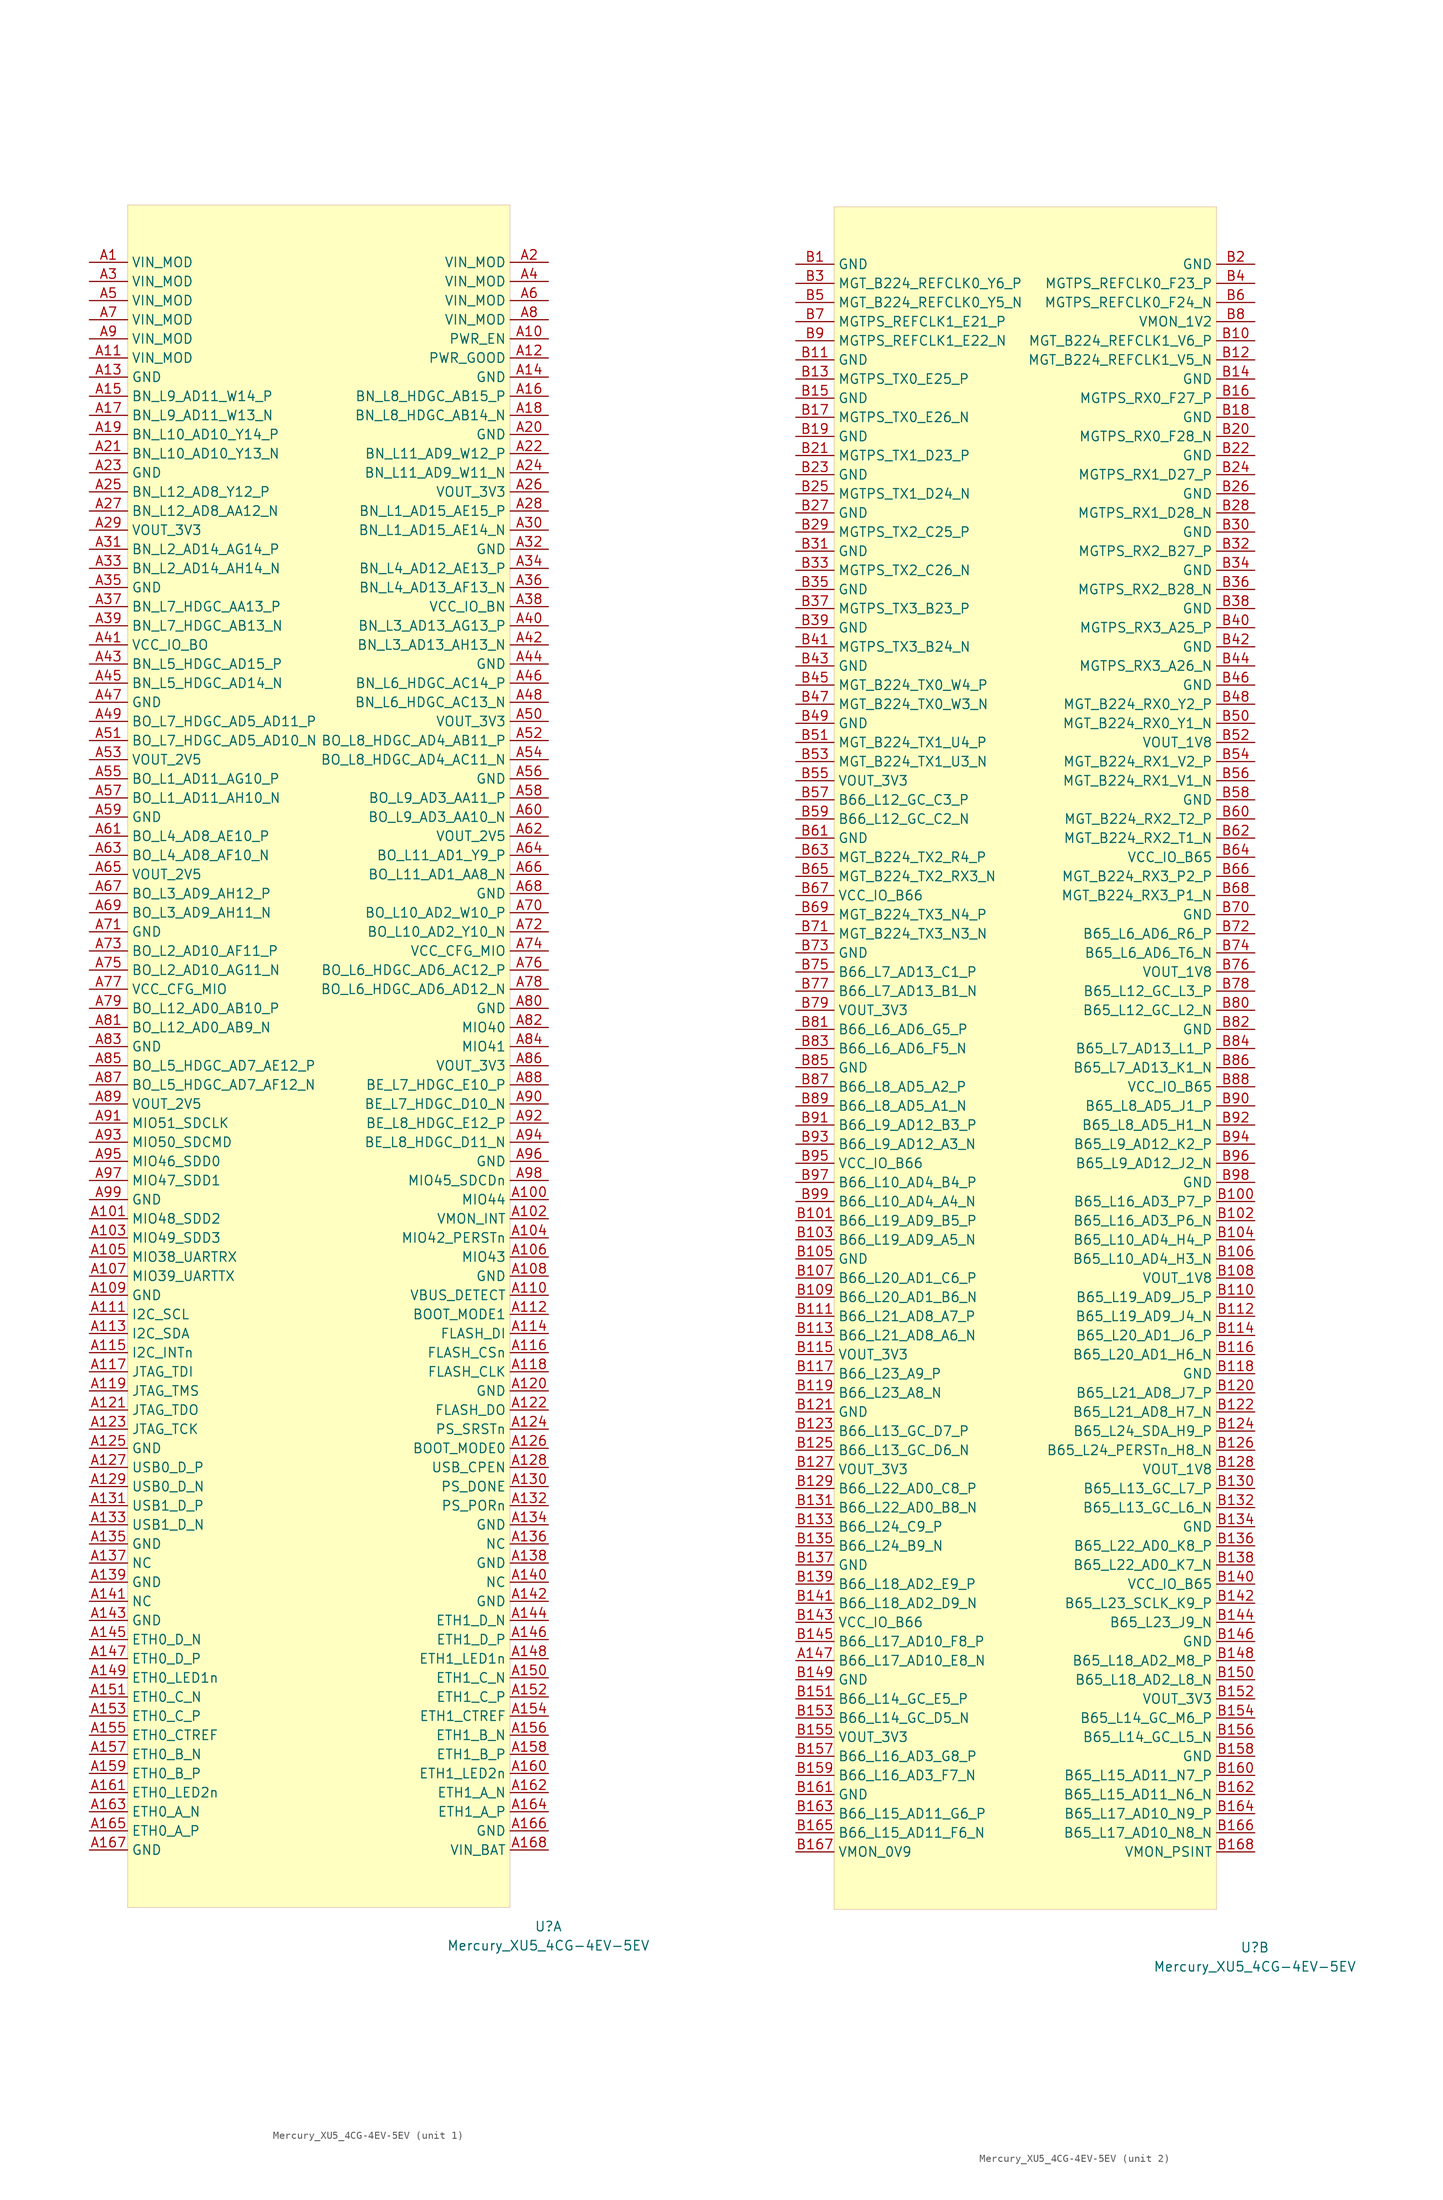
<source format=kicad_sym>
(kicad_symbol_lib
  (version 20201005)
  (generator kicad_symbol_editor)
  (symbol "enclustra:Mercury_XU5_4CG-4EV-5EV"
    (property "Reference" "U"
      (at 30.48 -124.46 0)
      (effects (font (size 1.27 1.27))))
    (property "Value" "Mercury_XU5_4CG-4EV-5EV"
      (at 30.48 -127 0)
      (effects (font (size 1.27 1.27))))
    (property "ki_locked" ""
      (at 0 0 0)
      (effects (font (size 1.27 1.27))))
    (symbol "Mercury_XU5_4CG-4EV-5EV_1_1"
      (rectangle (start -25.4 104.14) (end 25.4 -121.92) (stroke (width 0.001)) (fill (type background)))
      (pin input line (at -30.48 96.52 0) (length 5.08) (name "VIN_MOD" (effects (font (size 1.27 1.27)))) (number "A1" (effects (font (size 1.27 1.27)))))
      (pin input line (at -30.48 93.98 0) (length 5.08) (name "VIN_MOD" (effects (font (size 1.27 1.27)))) (number "A3" (effects (font (size 1.27 1.27)))))
      (pin input line (at -30.48 91.44 0) (length 5.08) (name "VIN_MOD" (effects (font (size 1.27 1.27)))) (number "A5" (effects (font (size 1.27 1.27)))))
      (pin input line (at -30.48 88.9 0) (length 5.08) (name "VIN_MOD" (effects (font (size 1.27 1.27)))) (number "A7" (effects (font (size 1.27 1.27)))))
      (pin input line (at -30.48 86.36 0) (length 5.08) (name "VIN_MOD" (effects (font (size 1.27 1.27)))) (number "A9" (effects (font (size 1.27 1.27)))))
      (pin input line (at -30.48 83.82 0) (length 5.08) (name "VIN_MOD" (effects (font (size 1.27 1.27)))) (number "A11" (effects (font (size 1.27 1.27)))))
      (pin input line (at -30.48 81.28 0) (length 5.08) (name "GND" (effects (font (size 1.27 1.27)))) (number "A13" (effects (font (size 1.27 1.27)))))
      (pin input line (at -30.48 78.74 0) (length 5.08) (name "BN_L9_AD11_W14_P" (effects (font (size 1.27 1.27)))) (number "A15" (effects (font (size 1.27 1.27)))))
      (pin input line (at -30.48 76.2 0) (length 5.08) (name "BN_L9_AD11_W13_N" (effects (font (size 1.27 1.27)))) (number "A17" (effects (font (size 1.27 1.27)))))
      (pin input line (at -30.48 73.66 0) (length 5.08) (name "BN_L10_AD10_Y14_P" (effects (font (size 1.27 1.27)))) (number "A19" (effects (font (size 1.27 1.27)))))
      (pin input line (at -30.48 71.12 0) (length 5.08) (name "BN_L10_AD10_Y13_N" (effects (font (size 1.27 1.27)))) (number "A21" (effects (font (size 1.27 1.27)))))
      (pin input line (at -30.48 68.58 0) (length 5.08) (name "GND" (effects (font (size 1.27 1.27)))) (number "A23" (effects (font (size 1.27 1.27)))))
      (pin input line (at -30.48 66.04 0) (length 5.08) (name "BN_L12_AD8_Y12_P" (effects (font (size 1.27 1.27)))) (number "A25" (effects (font (size 1.27 1.27)))))
      (pin input line (at -30.48 63.5 0) (length 5.08) (name "BN_L12_AD8_AA12_N" (effects (font (size 1.27 1.27)))) (number "A27" (effects (font (size 1.27 1.27)))))
      (pin input line (at -30.48 60.96 0) (length 5.08) (name "VOUT_3V3" (effects (font (size 1.27 1.27)))) (number "A29" (effects (font (size 1.27 1.27)))))
      (pin input line (at -30.48 58.42 0) (length 5.08) (name "BN_L2_AD14_AG14_P" (effects (font (size 1.27 1.27)))) (number "A31" (effects (font (size 1.27 1.27)))))
      (pin input line (at -30.48 55.88 0) (length 5.08) (name "BN_L2_AD14_AH14_N" (effects (font (size 1.27 1.27)))) (number "A33" (effects (font (size 1.27 1.27)))))
      (pin input line (at -30.48 53.34 0) (length 5.08) (name "GND" (effects (font (size 1.27 1.27)))) (number "A35" (effects (font (size 1.27 1.27)))))
      (pin input line (at -30.48 50.8 0) (length 5.08) (name "BN_L7_HDGC_AA13_P" (effects (font (size 1.27 1.27)))) (number "A37" (effects (font (size 1.27 1.27)))))
      (pin input line (at -30.48 48.26 0) (length 5.08) (name "BN_L7_HDGC_AB13_N" (effects (font (size 1.27 1.27)))) (number "A39" (effects (font (size 1.27 1.27)))))
      (pin input line (at -30.48 45.72 0) (length 5.08) (name "VCC_IO_BO" (effects (font (size 1.27 1.27)))) (number "A41" (effects (font (size 1.27 1.27)))))
      (pin input line (at -30.48 43.18 0) (length 5.08) (name "BN_L5_HDGC_AD15_P" (effects (font (size 1.27 1.27)))) (number "A43" (effects (font (size 1.27 1.27)))))
      (pin input line (at -30.48 40.64 0) (length 5.08) (name "BN_L5_HDGC_AD14_N" (effects (font (size 1.27 1.27)))) (number "A45" (effects (font (size 1.27 1.27)))))
      (pin input line (at -30.48 38.1 0) (length 5.08) (name "GND" (effects (font (size 1.27 1.27)))) (number "A47" (effects (font (size 1.27 1.27)))))
      (pin input line (at -30.48 35.56 0) (length 5.08) (name "BO_L7_HDGC_AD5_AD11_P" (effects (font (size 1.27 1.27)))) (number "A49" (effects (font (size 1.27 1.27)))))
      (pin input line (at -30.48 33.02 0) (length 5.08) (name "BO_L7_HDGC_AD5_AD10_N" (effects (font (size 1.27 1.27)))) (number "A51" (effects (font (size 1.27 1.27)))))
      (pin input line (at -30.48 30.48 0) (length 5.08) (name "VOUT_2V5" (effects (font (size 1.27 1.27)))) (number "A53" (effects (font (size 1.27 1.27)))))
      (pin input line (at -30.48 27.94 0) (length 5.08) (name "BO_L1_AD11_AG10_P" (effects (font (size 1.27 1.27)))) (number "A55" (effects (font (size 1.27 1.27)))))
      (pin input line (at -30.48 25.4 0) (length 5.08) (name "BO_L1_AD11_AH10_N" (effects (font (size 1.27 1.27)))) (number "A57" (effects (font (size 1.27 1.27)))))
      (pin input line (at -30.48 22.86 0) (length 5.08) (name "GND" (effects (font (size 1.27 1.27)))) (number "A59" (effects (font (size 1.27 1.27)))))
      (pin input line (at -30.48 20.32 0) (length 5.08) (name "BO_L4_AD8_AE10_P" (effects (font (size 1.27 1.27)))) (number "A61" (effects (font (size 1.27 1.27)))))
      (pin input line (at -30.48 17.78 0) (length 5.08) (name "BO_L4_AD8_AF10_N" (effects (font (size 1.27 1.27)))) (number "A63" (effects (font (size 1.27 1.27)))))
      (pin input line (at -30.48 15.24 0) (length 5.08) (name "VOUT_2V5" (effects (font (size 1.27 1.27)))) (number "A65" (effects (font (size 1.27 1.27)))))
      (pin input line (at -30.48 12.7 0) (length 5.08) (name "BO_L3_AD9_AH12_P" (effects (font (size 1.27 1.27)))) (number "A67" (effects (font (size 1.27 1.27)))))
      (pin input line (at -30.48 10.16 0) (length 5.08) (name "BO_L3_AD9_AH11_N" (effects (font (size 1.27 1.27)))) (number "A69" (effects (font (size 1.27 1.27)))))
      (pin input line (at -30.48 7.62 0) (length 5.08) (name "GND" (effects (font (size 1.27 1.27)))) (number "A71" (effects (font (size 1.27 1.27)))))
      (pin input line (at -30.48 5.08 0) (length 5.08) (name "BO_L2_AD10_AF11_P" (effects (font (size 1.27 1.27)))) (number "A73" (effects (font (size 1.27 1.27)))))
      (pin input line (at -30.48 2.54 0) (length 5.08) (name "BO_L2_AD10_AG11_N" (effects (font (size 1.27 1.27)))) (number "A75" (effects (font (size 1.27 1.27)))))
      (pin input line (at -30.48 0 0) (length 5.08) (name "VCC_CFG_MIO" (effects (font (size 1.27 1.27)))) (number "A77" (effects (font (size 1.27 1.27)))))
      (pin input line (at -30.48 -2.54 0) (length 5.08) (name "BO_L12_AD0_AB10_P" (effects (font (size 1.27 1.27)))) (number "A79" (effects (font (size 1.27 1.27)))))
      (pin input line (at -30.48 -5.08 0) (length 5.08) (name "BO_L12_AD0_AB9_N" (effects (font (size 1.27 1.27)))) (number "A81" (effects (font (size 1.27 1.27)))))
      (pin input line (at -30.48 -7.62 0) (length 5.08) (name "GND" (effects (font (size 1.27 1.27)))) (number "A83" (effects (font (size 1.27 1.27)))))
      (pin input line (at -30.48 -10.16 0) (length 5.08) (name "BO_L5_HDGC_AD7_AE12_P" (effects (font (size 1.27 1.27)))) (number "A85" (effects (font (size 1.27 1.27)))))
      (pin input line (at -30.48 -12.7 0) (length 5.08) (name "BO_L5_HDGC_AD7_AF12_N" (effects (font (size 1.27 1.27)))) (number "A87" (effects (font (size 1.27 1.27)))))
      (pin input line (at -30.48 -15.24 0) (length 5.08) (name "VOUT_2V5" (effects (font (size 1.27 1.27)))) (number "A89" (effects (font (size 1.27 1.27)))))
      (pin input line (at -30.48 -17.78 0) (length 5.08) (name "MIO51_SDCLK" (effects (font (size 1.27 1.27)))) (number "A91" (effects (font (size 1.27 1.27)))))
      (pin input line (at -30.48 -20.32 0) (length 5.08) (name "MIO50_SDCMD" (effects (font (size 1.27 1.27)))) (number "A93" (effects (font (size 1.27 1.27)))))
      (pin input line (at -30.48 -22.86 0) (length 5.08) (name "MIO46_SDD0" (effects (font (size 1.27 1.27)))) (number "A95" (effects (font (size 1.27 1.27)))))
      (pin input line (at -30.48 -25.4 0) (length 5.08) (name "MIO47_SDD1" (effects (font (size 1.27 1.27)))) (number "A97" (effects (font (size 1.27 1.27)))))
      (pin input line (at -30.48 -27.94 0) (length 5.08) (name "GND" (effects (font (size 1.27 1.27)))) (number "A99" (effects (font (size 1.27 1.27)))))
      (pin input line (at -30.48 -30.48 0) (length 5.08) (name "MIO48_SDD2" (effects (font (size 1.27 1.27)))) (number "A101" (effects (font (size 1.27 1.27)))))
      (pin input line (at -30.48 -33.02 0) (length 5.08) (name "MIO49_SDD3" (effects (font (size 1.27 1.27)))) (number "A103" (effects (font (size 1.27 1.27)))))
      (pin input line (at -30.48 -35.56 0) (length 5.08) (name "MIO38_UARTRX" (effects (font (size 1.27 1.27)))) (number "A105" (effects (font (size 1.27 1.27)))))
      (pin input line (at -30.48 -38.1 0) (length 5.08) (name "MIO39_UARTTX" (effects (font (size 1.27 1.27)))) (number "A107" (effects (font (size 1.27 1.27)))))
      (pin input line (at -30.48 -40.64 0) (length 5.08) (name "GND" (effects (font (size 1.27 1.27)))) (number "A109" (effects (font (size 1.27 1.27)))))
      (pin input line (at -30.48 -43.18 0) (length 5.08) (name "I2C_SCL" (effects (font (size 1.27 1.27)))) (number "A111" (effects (font (size 1.27 1.27)))))
      (pin input line (at -30.48 -45.72 0) (length 5.08) (name "I2C_SDA" (effects (font (size 1.27 1.27)))) (number "A113" (effects (font (size 1.27 1.27)))))
      (pin input line (at -30.48 -48.26 0) (length 5.08) (name "I2C_INTn" (effects (font (size 1.27 1.27)))) (number "A115" (effects (font (size 1.27 1.27)))))
      (pin input line (at -30.48 -50.8 0) (length 5.08) (name "JTAG_TDI" (effects (font (size 1.27 1.27)))) (number "A117" (effects (font (size 1.27 1.27)))))
      (pin input line (at -30.48 -53.34 0) (length 5.08) (name "JTAG_TMS" (effects (font (size 1.27 1.27)))) (number "A119" (effects (font (size 1.27 1.27)))))
      (pin input line (at -30.48 -55.88 0) (length 5.08) (name "JTAG_TDO" (effects (font (size 1.27 1.27)))) (number "A121" (effects (font (size 1.27 1.27)))))
      (pin input line (at -30.48 -58.42 0) (length 5.08) (name "JTAG_TCK" (effects (font (size 1.27 1.27)))) (number "A123" (effects (font (size 1.27 1.27)))))
      (pin input line (at -30.48 -60.96 0) (length 5.08) (name "GND" (effects (font (size 1.27 1.27)))) (number "A125" (effects (font (size 1.27 1.27)))))
      (pin input line (at -30.48 -63.5 0) (length 5.08) (name "USB0_D_P" (effects (font (size 1.27 1.27)))) (number "A127" (effects (font (size 1.27 1.27)))))
      (pin input line (at -30.48 -66.04 0) (length 5.08) (name "USB0_D_N" (effects (font (size 1.27 1.27)))) (number "A129" (effects (font (size 1.27 1.27)))))
      (pin input line (at -30.48 -68.58 0) (length 5.08) (name "USB1_D_P" (effects (font (size 1.27 1.27)))) (number "A131" (effects (font (size 1.27 1.27)))))
      (pin input line (at -30.48 -71.12 0) (length 5.08) (name "USB1_D_N" (effects (font (size 1.27 1.27)))) (number "A133" (effects (font (size 1.27 1.27)))))
      (pin input line (at -30.48 -73.66 0) (length 5.08) (name "GND" (effects (font (size 1.27 1.27)))) (number "A135" (effects (font (size 1.27 1.27)))))
      (pin input line (at -30.48 -76.2 0) (length 5.08) (name "NC" (effects (font (size 1.27 1.27)))) (number "A137" (effects (font (size 1.27 1.27)))))
      (pin input line (at -30.48 -78.74 0) (length 5.08) (name "GND" (effects (font (size 1.27 1.27)))) (number "A139" (effects (font (size 1.27 1.27)))))
      (pin input line (at -30.48 -81.28 0) (length 5.08) (name "NC" (effects (font (size 1.27 1.27)))) (number "A141" (effects (font (size 1.27 1.27)))))
      (pin input line (at -30.48 -83.82 0) (length 5.08) (name "GND" (effects (font (size 1.27 1.27)))) (number "A143" (effects (font (size 1.27 1.27)))))
      (pin input line (at -30.48 -86.36 0) (length 5.08) (name "ETH0_D_N" (effects (font (size 1.27 1.27)))) (number "A145" (effects (font (size 1.27 1.27)))))
      (pin input line (at -30.48 -88.9 0) (length 5.08) (name "ETH0_D_P" (effects (font (size 1.27 1.27)))) (number "A147" (effects (font (size 1.27 1.27)))))
      (pin input line (at -30.48 -91.44 0) (length 5.08) (name "ETH0_LED1n" (effects (font (size 1.27 1.27)))) (number "A149" (effects (font (size 1.27 1.27)))))
      (pin input line (at -30.48 -93.98 0) (length 5.08) (name "ETH0_C_N" (effects (font (size 1.27 1.27)))) (number "A151" (effects (font (size 1.27 1.27)))))
      (pin input line (at -30.48 -96.52 0) (length 5.08) (name "ETH0_C_P" (effects (font (size 1.27 1.27)))) (number "A153" (effects (font (size 1.27 1.27)))))
      (pin input line (at -30.48 -99.06 0) (length 5.08) (name "ETH0_CTREF" (effects (font (size 1.27 1.27)))) (number "A155" (effects (font (size 1.27 1.27)))))
      (pin input line (at -30.48 -101.6 0) (length 5.08) (name "ETH0_B_N" (effects (font (size 1.27 1.27)))) (number "A157" (effects (font (size 1.27 1.27)))))
      (pin input line (at -30.48 -104.14 0) (length 5.08) (name "ETH0_B_P" (effects (font (size 1.27 1.27)))) (number "A159" (effects (font (size 1.27 1.27)))))
      (pin input line (at -30.48 -106.68 0) (length 5.08) (name "ETH0_LED2n" (effects (font (size 1.27 1.27)))) (number "A161" (effects (font (size 1.27 1.27)))))
      (pin input line (at -30.48 -109.22 0) (length 5.08) (name "ETH0_A_N" (effects (font (size 1.27 1.27)))) (number "A163" (effects (font (size 1.27 1.27)))))
      (pin input line (at -30.48 -111.76 0) (length 5.08) (name "ETH0_A_P" (effects (font (size 1.27 1.27)))) (number "A165" (effects (font (size 1.27 1.27)))))
      (pin input line (at -30.48 -114.3 0) (length 5.08) (name "GND" (effects (font (size 1.27 1.27)))) (number "A167" (effects (font (size 1.27 1.27)))))
      (pin input line (at 30.48 96.52 180) (length 5.08) (name "VIN_MOD" (effects (font (size 1.27 1.27)))) (number "A2" (effects (font (size 1.27 1.27)))))
      (pin input line (at 30.48 93.98 180) (length 5.08) (name "VIN_MOD" (effects (font (size 1.27 1.27)))) (number "A4" (effects (font (size 1.27 1.27)))))
      (pin input line (at 30.48 91.44 180) (length 5.08) (name "VIN_MOD" (effects (font (size 1.27 1.27)))) (number "A6" (effects (font (size 1.27 1.27)))))
      (pin input line (at 30.48 88.9 180) (length 5.08) (name "VIN_MOD" (effects (font (size 1.27 1.27)))) (number "A8" (effects (font (size 1.27 1.27)))))
      (pin input line (at 30.48 86.36 180) (length 5.08) (name "PWR_EN" (effects (font (size 1.27 1.27)))) (number "A10" (effects (font (size 1.27 1.27)))))
      (pin input line (at 30.48 83.82 180) (length 5.08) (name "PWR_GOOD" (effects (font (size 1.27 1.27)))) (number "A12" (effects (font (size 1.27 1.27)))))
      (pin input line (at 30.48 81.28 180) (length 5.08) (name "GND" (effects (font (size 1.27 1.27)))) (number "A14" (effects (font (size 1.27 1.27)))))
      (pin input line (at 30.48 78.74 180) (length 5.08) (name "BN_L8_HDGC_AB15_P" (effects (font (size 1.27 1.27)))) (number "A16" (effects (font (size 1.27 1.27)))))
      (pin input line (at 30.48 76.2 180) (length 5.08) (name "BN_L8_HDGC_AB14_N" (effects (font (size 1.27 1.27)))) (number "A18" (effects (font (size 1.27 1.27)))))
      (pin input line (at 30.48 73.66 180) (length 5.08) (name "GND" (effects (font (size 1.27 1.27)))) (number "A20" (effects (font (size 1.27 1.27)))))
      (pin input line (at 30.48 71.12 180) (length 5.08) (name "BN_L11_AD9_W12_P" (effects (font (size 1.27 1.27)))) (number "A22" (effects (font (size 1.27 1.27)))))
      (pin input line (at 30.48 68.58 180) (length 5.08) (name "BN_L11_AD9_W11_N" (effects (font (size 1.27 1.27)))) (number "A24" (effects (font (size 1.27 1.27)))))
      (pin input line (at 30.48 66.04 180) (length 5.08) (name "VOUT_3V3" (effects (font (size 1.27 1.27)))) (number "A26" (effects (font (size 1.27 1.27)))))
      (pin input line (at 30.48 63.5 180) (length 5.08) (name "BN_L1_AD15_AE15_P" (effects (font (size 1.27 1.27)))) (number "A28" (effects (font (size 1.27 1.27)))))
      (pin input line (at 30.48 60.96 180) (length 5.08) (name "BN_L1_AD15_AE14_N" (effects (font (size 1.27 1.27)))) (number "A30" (effects (font (size 1.27 1.27)))))
      (pin input line (at 30.48 58.42 180) (length 5.08) (name "GND" (effects (font (size 1.27 1.27)))) (number "A32" (effects (font (size 1.27 1.27)))))
      (pin input line (at 30.48 55.88 180) (length 5.08) (name "BN_L4_AD12_AE13_P" (effects (font (size 1.27 1.27)))) (number "A34" (effects (font (size 1.27 1.27)))))
      (pin input line (at 30.48 53.34 180) (length 5.08) (name "BN_L4_AD13_AF13_N" (effects (font (size 1.27 1.27)))) (number "A36" (effects (font (size 1.27 1.27)))))
      (pin input line (at 30.48 50.8 180) (length 5.08) (name "VCC_IO_BN" (effects (font (size 1.27 1.27)))) (number "A38" (effects (font (size 1.27 1.27)))))
      (pin input line (at 30.48 48.26 180) (length 5.08) (name "BN_L3_AD13_AG13_P" (effects (font (size 1.27 1.27)))) (number "A40" (effects (font (size 1.27 1.27)))))
      (pin input line (at 30.48 45.72 180) (length 5.08) (name "BN_L3_AD13_AH13_N" (effects (font (size 1.27 1.27)))) (number "A42" (effects (font (size 1.27 1.27)))))
      (pin input line (at 30.48 43.18 180) (length 5.08) (name "GND" (effects (font (size 1.27 1.27)))) (number "A44" (effects (font (size 1.27 1.27)))))
      (pin input line (at 30.48 40.64 180) (length 5.08) (name "BN_L6_HDGC_AC14_P" (effects (font (size 1.27 1.27)))) (number "A46" (effects (font (size 1.27 1.27)))))
      (pin input line (at 30.48 38.1 180) (length 5.08) (name "BN_L6_HDGC_AC13_N" (effects (font (size 1.27 1.27)))) (number "A48" (effects (font (size 1.27 1.27)))))
      (pin input line (at 30.48 35.56 180) (length 5.08) (name "VOUT_3V3" (effects (font (size 1.27 1.27)))) (number "A50" (effects (font (size 1.27 1.27)))))
      (pin input line (at 30.48 33.02 180) (length 5.08) (name "BO_L8_HDGC_AD4_AB11_P" (effects (font (size 1.27 1.27)))) (number "A52" (effects (font (size 1.27 1.27)))))
      (pin input line (at 30.48 30.48 180) (length 5.08) (name "BO_L8_HDGC_AD4_AC11_N" (effects (font (size 1.27 1.27)))) (number "A54" (effects (font (size 1.27 1.27)))))
      (pin input line (at 30.48 27.94 180) (length 5.08) (name "GND" (effects (font (size 1.27 1.27)))) (number "A56" (effects (font (size 1.27 1.27)))))
      (pin input line (at 30.48 25.4 180) (length 5.08) (name "BO_L9_AD3_AA11_P" (effects (font (size 1.27 1.27)))) (number "A58" (effects (font (size 1.27 1.27)))))
      (pin input line (at 30.48 22.86 180) (length 5.08) (name "BO_L9_AD3_AA10_N" (effects (font (size 1.27 1.27)))) (number "A60" (effects (font (size 1.27 1.27)))))
      (pin input line (at 30.48 20.32 180) (length 5.08) (name "VOUT_2V5" (effects (font (size 1.27 1.27)))) (number "A62" (effects (font (size 1.27 1.27)))))
      (pin input line (at 30.48 17.78 180) (length 5.08) (name "BO_L11_AD1_Y9_P" (effects (font (size 1.27 1.27)))) (number "A64" (effects (font (size 1.27 1.27)))))
      (pin input line (at 30.48 15.24 180) (length 5.08) (name "BO_L11_AD1_AA8_N" (effects (font (size 1.27 1.27)))) (number "A66" (effects (font (size 1.27 1.27)))))
      (pin input line (at 30.48 12.7 180) (length 5.08) (name "GND" (effects (font (size 1.27 1.27)))) (number "A68" (effects (font (size 1.27 1.27)))))
      (pin input line (at 30.48 10.16 180) (length 5.08) (name "BO_L10_AD2_W10_P" (effects (font (size 1.27 1.27)))) (number "A70" (effects (font (size 1.27 1.27)))))
      (pin input line (at 30.48 7.62 180) (length 5.08) (name "BO_L10_AD2_Y10_N" (effects (font (size 1.27 1.27)))) (number "A72" (effects (font (size 1.27 1.27)))))
      (pin input line (at 30.48 5.08 180) (length 5.08) (name "VCC_CFG_MIO" (effects (font (size 1.27 1.27)))) (number "A74" (effects (font (size 1.27 1.27)))))
      (pin input line (at 30.48 2.54 180) (length 5.08) (name "BO_L6_HDGC_AD6_AC12_P" (effects (font (size 1.27 1.27)))) (number "A76" (effects (font (size 1.27 1.27)))))
      (pin input line (at 30.48 0 180) (length 5.08) (name "BO_L6_HDGC_AD6_AD12_N" (effects (font (size 1.27 1.27)))) (number "A78" (effects (font (size 1.27 1.27)))))
      (pin input line (at 30.48 -2.54 180) (length 5.08) (name "GND" (effects (font (size 1.27 1.27)))) (number "A80" (effects (font (size 1.27 1.27)))))
      (pin input line (at 30.48 -5.08 180) (length 5.08) (name "MIO40" (effects (font (size 1.27 1.27)))) (number "A82" (effects (font (size 1.27 1.27)))))
      (pin input line (at 30.48 -7.62 180) (length 5.08) (name "MIO41" (effects (font (size 1.27 1.27)))) (number "A84" (effects (font (size 1.27 1.27)))))
      (pin input line (at 30.48 -10.16 180) (length 5.08) (name "VOUT_3V3" (effects (font (size 1.27 1.27)))) (number "A86" (effects (font (size 1.27 1.27)))))
      (pin input line (at 30.48 -12.7 180) (length 5.08) (name "BE_L7_HDGC_E10_P" (effects (font (size 1.27 1.27)))) (number "A88" (effects (font (size 1.27 1.27)))))
      (pin input line (at 30.48 -15.24 180) (length 5.08) (name "BE_L7_HDGC_D10_N" (effects (font (size 1.27 1.27)))) (number "A90" (effects (font (size 1.27 1.27)))))
      (pin input line (at 30.48 -17.78 180) (length 5.08) (name "BE_L8_HDGC_E12_P" (effects (font (size 1.27 1.27)))) (number "A92" (effects (font (size 1.27 1.27)))))
      (pin input line (at 30.48 -20.32 180) (length 5.08) (name "BE_L8_HDGC_D11_N" (effects (font (size 1.27 1.27)))) (number "A94" (effects (font (size 1.27 1.27)))))
      (pin input line (at 30.48 -22.86 180) (length 5.08) (name "GND" (effects (font (size 1.27 1.27)))) (number "A96" (effects (font (size 1.27 1.27)))))
      (pin input line (at 30.48 -25.4 180) (length 5.08) (name "MIO45_SDCDn" (effects (font (size 1.27 1.27)))) (number "A98" (effects (font (size 1.27 1.27)))))
      (pin input line (at 30.48 -27.94 180) (length 5.08) (name "MIO44" (effects (font (size 1.27 1.27)))) (number "A100" (effects (font (size 1.27 1.27)))))
      (pin input line (at 30.48 -30.48 180) (length 5.08) (name "VMON_INT" (effects (font (size 1.27 1.27)))) (number "A102" (effects (font (size 1.27 1.27)))))
      (pin input line (at 30.48 -33.02 180) (length 5.08) (name "MIO42_PERSTn" (effects (font (size 1.27 1.27)))) (number "A104" (effects (font (size 1.27 1.27)))))
      (pin input line (at 30.48 -35.56 180) (length 5.08) (name "MIO43" (effects (font (size 1.27 1.27)))) (number "A106" (effects (font (size 1.27 1.27)))))
      (pin input line (at 30.48 -38.1 180) (length 5.08) (name "GND" (effects (font (size 1.27 1.27)))) (number "A108" (effects (font (size 1.27 1.27)))))
      (pin input line (at 30.48 -40.64 180) (length 5.08) (name "VBUS_DETECT" (effects (font (size 1.27 1.27)))) (number "A110" (effects (font (size 1.27 1.27)))))
      (pin input line (at 30.48 -43.18 180) (length 5.08) (name "BOOT_MODE1" (effects (font (size 1.27 1.27)))) (number "A112" (effects (font (size 1.27 1.27)))))
      (pin input line (at 30.48 -45.72 180) (length 5.08) (name "FLASH_DI" (effects (font (size 1.27 1.27)))) (number "A114" (effects (font (size 1.27 1.27)))))
      (pin input line (at 30.48 -48.26 180) (length 5.08) (name "FLASH_CSn" (effects (font (size 1.27 1.27)))) (number "A116" (effects (font (size 1.27 1.27)))))
      (pin input line (at 30.48 -50.8 180) (length 5.08) (name "FLASH_CLK" (effects (font (size 1.27 1.27)))) (number "A118" (effects (font (size 1.27 1.27)))))
      (pin input line (at 30.48 -53.34 180) (length 5.08) (name "GND" (effects (font (size 1.27 1.27)))) (number "A120" (effects (font (size 1.27 1.27)))))
      (pin input line (at 30.48 -55.88 180) (length 5.08) (name "FLASH_DO" (effects (font (size 1.27 1.27)))) (number "A122" (effects (font (size 1.27 1.27)))))
      (pin input line (at 30.48 -58.42 180) (length 5.08) (name "PS_SRSTn" (effects (font (size 1.27 1.27)))) (number "A124" (effects (font (size 1.27 1.27)))))
      (pin input line (at 30.48 -60.96 180) (length 5.08) (name "BOOT_MODE0" (effects (font (size 1.27 1.27)))) (number "A126" (effects (font (size 1.27 1.27)))))
      (pin input line (at 30.48 -63.5 180) (length 5.08) (name "USB_CPEN" (effects (font (size 1.27 1.27)))) (number "A128" (effects (font (size 1.27 1.27)))))
      (pin input line (at 30.48 -66.04 180) (length 5.08) (name "PS_DONE" (effects (font (size 1.27 1.27)))) (number "A130" (effects (font (size 1.27 1.27)))))
      (pin input line (at 30.48 -68.58 180) (length 5.08) (name "PS_PORn" (effects (font (size 1.27 1.27)))) (number "A132" (effects (font (size 1.27 1.27)))))
      (pin input line (at 30.48 -71.12 180) (length 5.08) (name "GND" (effects (font (size 1.27 1.27)))) (number "A134" (effects (font (size 1.27 1.27)))))
      (pin input line (at 30.48 -73.66 180) (length 5.08) (name "NC" (effects (font (size 1.27 1.27)))) (number "A136" (effects (font (size 1.27 1.27)))))
      (pin input line (at 30.48 -76.2 180) (length 5.08) (name "GND" (effects (font (size 1.27 1.27)))) (number "A138" (effects (font (size 1.27 1.27)))))
      (pin input line (at 30.48 -78.74 180) (length 5.08) (name "NC" (effects (font (size 1.27 1.27)))) (number "A140" (effects (font (size 1.27 1.27)))))
      (pin input line (at 30.48 -81.28 180) (length 5.08) (name "GND" (effects (font (size 1.27 1.27)))) (number "A142" (effects (font (size 1.27 1.27)))))
      (pin input line (at 30.48 -83.82 180) (length 5.08) (name "ETH1_D_N" (effects (font (size 1.27 1.27)))) (number "A144" (effects (font (size 1.27 1.27)))))
      (pin input line (at 30.48 -86.36 180) (length 5.08) (name "ETH1_D_P" (effects (font (size 1.27 1.27)))) (number "A146" (effects (font (size 1.27 1.27)))))
      (pin input line (at 30.48 -88.9 180) (length 5.08) (name "ETH1_LED1n" (effects (font (size 1.27 1.27)))) (number "A148" (effects (font (size 1.27 1.27)))))
      (pin input line (at 30.48 -91.44 180) (length 5.08) (name "ETH1_C_N" (effects (font (size 1.27 1.27)))) (number "A150" (effects (font (size 1.27 1.27)))))
      (pin input line (at 30.48 -93.98 180) (length 5.08) (name "ETH1_C_P" (effects (font (size 1.27 1.27)))) (number "A152" (effects (font (size 1.27 1.27)))))
      (pin input line (at 30.48 -96.52 180) (length 5.08) (name "ETH1_CTREF" (effects (font (size 1.27 1.27)))) (number "A154" (effects (font (size 1.27 1.27)))))
      (pin input line (at 30.48 -99.06 180) (length 5.08) (name "ETH1_B_N" (effects (font (size 1.27 1.27)))) (number "A156" (effects (font (size 1.27 1.27)))))
      (pin input line (at 30.48 -101.6 180) (length 5.08) (name "ETH1_B_P" (effects (font (size 1.27 1.27)))) (number "A158" (effects (font (size 1.27 1.27)))))
      (pin input line (at 30.48 -104.14 180) (length 5.08) (name "ETH1_LED2n" (effects (font (size 1.27 1.27)))) (number "A160" (effects (font (size 1.27 1.27)))))
      (pin input line (at 30.48 -106.68 180) (length 5.08) (name "ETH1_A_N" (effects (font (size 1.27 1.27)))) (number "A162" (effects (font (size 1.27 1.27)))))
      (pin input line (at 30.48 -109.22 180) (length 5.08) (name "ETH1_A_P" (effects (font (size 1.27 1.27)))) (number "A164" (effects (font (size 1.27 1.27)))))
      (pin input line (at 30.48 -111.76 180) (length 5.08) (name "GND" (effects (font (size 1.27 1.27)))) (number "A166" (effects (font (size 1.27 1.27)))))
      (pin input line (at 30.48 -114.3 180) (length 5.08) (name "VIN_BAT" (effects (font (size 1.27 1.27)))) (number "A168" (effects (font (size 1.27 1.27))))))
    (symbol "Mercury_XU5_4CG-4EV-5EV_2_1"
      (rectangle (start -25.4 106.68) (end 25.4 -119.38) (stroke (width 0.001)) (fill (type background)))
      (pin input line (at -30.48 99.06 0) (length 5.08) (name "GND" (effects (font (size 1.27 1.27)))) (number "B1" (effects (font (size 1.27 1.27)))))
      (pin input line (at -30.48 96.52 0) (length 5.08) (name "MGT_B224_REFCLK0_Y6_P" (effects (font (size 1.27 1.27)))) (number "B3" (effects (font (size 1.27 1.27)))))
      (pin input line (at -30.48 93.98 0) (length 5.08) (name "MGT_B224_REFCLK0_Y5_N" (effects (font (size 1.27 1.27)))) (number "B5" (effects (font (size 1.27 1.27)))))
      (pin input line (at -30.48 91.44 0) (length 5.08) (name "MGTPS_REFCLK1_E21_P" (effects (font (size 1.27 1.27)))) (number "B7" (effects (font (size 1.27 1.27)))))
      (pin input line (at -30.48 88.9 0) (length 5.08) (name "MGTPS_REFCLK1_E22_N" (effects (font (size 1.27 1.27)))) (number "B9" (effects (font (size 1.27 1.27)))))
      (pin input line (at -30.48 86.36 0) (length 5.08) (name "GND" (effects (font (size 1.27 1.27)))) (number "B11" (effects (font (size 1.27 1.27)))))
      (pin input line (at -30.48 83.82 0) (length 5.08) (name "MGTPS_TX0_E25_P" (effects (font (size 1.27 1.27)))) (number "B13" (effects (font (size 1.27 1.27)))))
      (pin input line (at -30.48 81.28 0) (length 5.08) (name "GND" (effects (font (size 1.27 1.27)))) (number "B15" (effects (font (size 1.27 1.27)))))
      (pin input line (at -30.48 78.74 0) (length 5.08) (name "MGTPS_TX0_E26_N" (effects (font (size 1.27 1.27)))) (number "B17" (effects (font (size 1.27 1.27)))))
      (pin input line (at -30.48 76.2 0) (length 5.08) (name "GND" (effects (font (size 1.27 1.27)))) (number "B19" (effects (font (size 1.27 1.27)))))
      (pin input line (at -30.48 73.66 0) (length 5.08) (name "MGTPS_TX1_D23_P" (effects (font (size 1.27 1.27)))) (number "B21" (effects (font (size 1.27 1.27)))))
      (pin input line (at -30.48 71.12 0) (length 5.08) (name "GND" (effects (font (size 1.27 1.27)))) (number "B23" (effects (font (size 1.27 1.27)))))
      (pin input line (at -30.48 68.58 0) (length 5.08) (name "MGTPS_TX1_D24_N" (effects (font (size 1.27 1.27)))) (number "B25" (effects (font (size 1.27 1.27)))))
      (pin input line (at -30.48 66.04 0) (length 5.08) (name "GND" (effects (font (size 1.27 1.27)))) (number "B27" (effects (font (size 1.27 1.27)))))
      (pin input line (at -30.48 63.5 0) (length 5.08) (name "MGTPS_TX2_C25_P" (effects (font (size 1.27 1.27)))) (number "B29" (effects (font (size 1.27 1.27)))))
      (pin input line (at -30.48 60.96 0) (length 5.08) (name "GND" (effects (font (size 1.27 1.27)))) (number "B31" (effects (font (size 1.27 1.27)))))
      (pin input line (at -30.48 58.42 0) (length 5.08) (name "MGTPS_TX2_C26_N" (effects (font (size 1.27 1.27)))) (number "B33" (effects (font (size 1.27 1.27)))))
      (pin input line (at -30.48 55.88 0) (length 5.08) (name "GND" (effects (font (size 1.27 1.27)))) (number "B35" (effects (font (size 1.27 1.27)))))
      (pin input line (at -30.48 53.34 0) (length 5.08) (name "MGTPS_TX3_B23_P" (effects (font (size 1.27 1.27)))) (number "B37" (effects (font (size 1.27 1.27)))))
      (pin input line (at -30.48 50.8 0) (length 5.08) (name "GND" (effects (font (size 1.27 1.27)))) (number "B39" (effects (font (size 1.27 1.27)))))
      (pin input line (at -30.48 48.26 0) (length 5.08) (name "MGTPS_TX3_B24_N" (effects (font (size 1.27 1.27)))) (number "B41" (effects (font (size 1.27 1.27)))))
      (pin input line (at -30.48 43.18 0) (length 5.08) (name "MGT_B224_TX0_W4_P" (effects (font (size 1.27 1.27)))) (number "B45" (effects (font (size 1.27 1.27)))))
      (pin input line (at -30.48 45.72 0) (length 5.08) (name "GND" (effects (font (size 1.27 1.27)))) (number "B43" (effects (font (size 1.27 1.27)))))
      (pin input line (at -30.48 40.64 0) (length 5.08) (name "MGT_B224_TX0_W3_N" (effects (font (size 1.27 1.27)))) (number "B47" (effects (font (size 1.27 1.27)))))
      (pin input line (at -30.48 38.1 0) (length 5.08) (name "GND" (effects (font (size 1.27 1.27)))) (number "B49" (effects (font (size 1.27 1.27)))))
      (pin input line (at -30.48 35.56 0) (length 5.08) (name "MGT_B224_TX1_U4_P" (effects (font (size 1.27 1.27)))) (number "B51" (effects (font (size 1.27 1.27)))))
      (pin input line (at -30.48 33.02 0) (length 5.08) (name "MGT_B224_TX1_U3_N" (effects (font (size 1.27 1.27)))) (number "B53" (effects (font (size 1.27 1.27)))))
      (pin input line (at -30.48 30.48 0) (length 5.08) (name "VOUT_3V3" (effects (font (size 1.27 1.27)))) (number "B55" (effects (font (size 1.27 1.27)))))
      (pin input line (at -30.48 27.94 0) (length 5.08) (name "B66_L12_GC_C3_P" (effects (font (size 1.27 1.27)))) (number "B57" (effects (font (size 1.27 1.27)))))
      (pin input line (at -30.48 25.4 0) (length 5.08) (name "B66_L12_GC_C2_N" (effects (font (size 1.27 1.27)))) (number "B59" (effects (font (size 1.27 1.27)))))
      (pin input line (at -30.48 22.86 0) (length 5.08) (name "GND" (effects (font (size 1.27 1.27)))) (number "B61" (effects (font (size 1.27 1.27)))))
      (pin input line (at -30.48 20.32 0) (length 5.08) (name "MGT_B224_TX2_R4_P" (effects (font (size 1.27 1.27)))) (number "B63" (effects (font (size 1.27 1.27)))))
      (pin input line (at -30.48 17.78 0) (length 5.08) (name "MGT_B224_TX2_RX3_N" (effects (font (size 1.27 1.27)))) (number "B65" (effects (font (size 1.27 1.27)))))
      (pin input line (at -30.48 15.24 0) (length 5.08) (name "VCC_IO_B66" (effects (font (size 1.27 1.27)))) (number "B67" (effects (font (size 1.27 1.27)))))
      (pin input line (at -30.48 12.7 0) (length 5.08) (name "MGT_B224_TX3_N4_P" (effects (font (size 1.27 1.27)))) (number "B69" (effects (font (size 1.27 1.27)))))
      (pin input line (at -30.48 10.16 0) (length 5.08) (name "MGT_B224_TX3_N3_N" (effects (font (size 1.27 1.27)))) (number "B71" (effects (font (size 1.27 1.27)))))
      (pin input line (at -30.48 7.62 0) (length 5.08) (name "GND" (effects (font (size 1.27 1.27)))) (number "B73" (effects (font (size 1.27 1.27)))))
      (pin input line (at -30.48 5.08 0) (length 5.08) (name "B66_L7_AD13_C1_P" (effects (font (size 1.27 1.27)))) (number "B75" (effects (font (size 1.27 1.27)))))
      (pin input line (at -30.48 2.54 0) (length 5.08) (name "B66_L7_AD13_B1_N" (effects (font (size 1.27 1.27)))) (number "B77" (effects (font (size 1.27 1.27)))))
      (pin input line (at -30.48 0 0) (length 5.08) (name "VOUT_3V3" (effects (font (size 1.27 1.27)))) (number "B79" (effects (font (size 1.27 1.27)))))
      (pin input line (at -30.48 -2.54 0) (length 5.08) (name "B66_L6_AD6_G5_P" (effects (font (size 1.27 1.27)))) (number "B81" (effects (font (size 1.27 1.27)))))
      (pin input line (at -30.48 -5.08 0) (length 5.08) (name "B66_L6_AD6_F5_N" (effects (font (size 1.27 1.27)))) (number "B83" (effects (font (size 1.27 1.27)))))
      (pin input line (at -30.48 -7.62 0) (length 5.08) (name "GND" (effects (font (size 1.27 1.27)))) (number "B85" (effects (font (size 1.27 1.27)))))
      (pin input line (at -30.48 -10.16 0) (length 5.08) (name "B66_L8_AD5_A2_P" (effects (font (size 1.27 1.27)))) (number "B87" (effects (font (size 1.27 1.27)))))
      (pin input line (at -30.48 -12.7 0) (length 5.08) (name "B66_L8_AD5_A1_N" (effects (font (size 1.27 1.27)))) (number "B89" (effects (font (size 1.27 1.27)))))
      (pin input line (at -30.48 -15.24 0) (length 5.08) (name "B66_L9_AD12_B3_P" (effects (font (size 1.27 1.27)))) (number "B91" (effects (font (size 1.27 1.27)))))
      (pin input line (at -30.48 -17.78 0) (length 5.08) (name "B66_L9_AD12_A3_N" (effects (font (size 1.27 1.27)))) (number "B93" (effects (font (size 1.27 1.27)))))
      (pin input line (at -30.48 -20.32 0) (length 5.08) (name "VCC_IO_B66" (effects (font (size 1.27 1.27)))) (number "B95" (effects (font (size 1.27 1.27)))))
      (pin input line (at -30.48 -22.86 0) (length 5.08) (name "B66_L10_AD4_B4_P" (effects (font (size 1.27 1.27)))) (number "B97" (effects (font (size 1.27 1.27)))))
      (pin input line (at -30.48 -25.4 0) (length 5.08) (name "B66_L10_AD4_A4_N" (effects (font (size 1.27 1.27)))) (number "B99" (effects (font (size 1.27 1.27)))))
      (pin input line (at -30.48 -27.94 0) (length 5.08) (name "B66_L19_AD9_B5_P" (effects (font (size 1.27 1.27)))) (number "B101" (effects (font (size 1.27 1.27)))))
      (pin input line (at -30.48 -30.48 0) (length 5.08) (name "B66_L19_AD9_A5_N" (effects (font (size 1.27 1.27)))) (number "B103" (effects (font (size 1.27 1.27)))))
      (pin input line (at -30.48 -33.02 0) (length 5.08) (name "GND" (effects (font (size 1.27 1.27)))) (number "B105" (effects (font (size 1.27 1.27)))))
      (pin input line (at -30.48 -35.56 0) (length 5.08) (name "B66_L20_AD1_C6_P" (effects (font (size 1.27 1.27)))) (number "B107" (effects (font (size 1.27 1.27)))))
      (pin input line (at -30.48 -38.1 0) (length 5.08) (name "B66_L20_AD1_B6_N" (effects (font (size 1.27 1.27)))) (number "B109" (effects (font (size 1.27 1.27)))))
      (pin input line (at -30.48 -40.64 0) (length 5.08) (name "B66_L21_AD8_A7_P" (effects (font (size 1.27 1.27)))) (number "B111" (effects (font (size 1.27 1.27)))))
      (pin input line (at -30.48 -43.18 0) (length 5.08) (name "B66_L21_AD8_A6_N" (effects (font (size 1.27 1.27)))) (number "B113" (effects (font (size 1.27 1.27)))))
      (pin input line (at -30.48 -45.72 0) (length 5.08) (name "VOUT_3V3" (effects (font (size 1.27 1.27)))) (number "B115" (effects (font (size 1.27 1.27)))))
      (pin input line (at -30.48 -48.26 0) (length 5.08) (name "B66_L23_A9_P" (effects (font (size 1.27 1.27)))) (number "B117" (effects (font (size 1.27 1.27)))))
      (pin input line (at -30.48 -50.8 0) (length 5.08) (name "B66_L23_A8_N" (effects (font (size 1.27 1.27)))) (number "B119" (effects (font (size 1.27 1.27)))))
      (pin input line (at -30.48 -53.34 0) (length 5.08) (name "GND" (effects (font (size 1.27 1.27)))) (number "B121" (effects (font (size 1.27 1.27)))))
      (pin input line (at -30.48 -55.88 0) (length 5.08) (name "B66_L13_GC_D7_P" (effects (font (size 1.27 1.27)))) (number "B123" (effects (font (size 1.27 1.27)))))
      (pin input line (at -30.48 -58.42 0) (length 5.08) (name "B66_L13_GC_D6_N" (effects (font (size 1.27 1.27)))) (number "B125" (effects (font (size 1.27 1.27)))))
      (pin input line (at -30.48 -60.96 0) (length 5.08) (name "VOUT_3V3" (effects (font (size 1.27 1.27)))) (number "B127" (effects (font (size 1.27 1.27)))))
      (pin input line (at -30.48 -63.5 0) (length 5.08) (name "B66_L22_AD0_C8_P" (effects (font (size 1.27 1.27)))) (number "B129" (effects (font (size 1.27 1.27)))))
      (pin input line (at -30.48 -66.04 0) (length 5.08) (name "B66_L22_AD0_B8_N" (effects (font (size 1.27 1.27)))) (number "B131" (effects (font (size 1.27 1.27)))))
      (pin input line (at -30.48 -68.58 0) (length 5.08) (name "B66_L24_C9_P" (effects (font (size 1.27 1.27)))) (number "B133" (effects (font (size 1.27 1.27)))))
      (pin input line (at -30.48 -71.12 0) (length 5.08) (name "B66_L24_B9_N" (effects (font (size 1.27 1.27)))) (number "B135" (effects (font (size 1.27 1.27)))))
      (pin input line (at -30.48 -73.66 0) (length 5.08) (name "GND" (effects (font (size 1.27 1.27)))) (number "B137" (effects (font (size 1.27 1.27)))))
      (pin input line (at -30.48 -76.2 0) (length 5.08) (name "B66_L18_AD2_E9_P" (effects (font (size 1.27 1.27)))) (number "B139" (effects (font (size 1.27 1.27)))))
      (pin input line (at -30.48 -78.74 0) (length 5.08) (name "B66_L18_AD2_D9_N" (effects (font (size 1.27 1.27)))) (number "B141" (effects (font (size 1.27 1.27)))))
      (pin input line (at -30.48 -81.28 0) (length 5.08) (name "VCC_IO_B66" (effects (font (size 1.27 1.27)))) (number "B143" (effects (font (size 1.27 1.27)))))
      (pin input line (at -30.48 -83.82 0) (length 5.08) (name "B66_L17_AD10_F8_P" (effects (font (size 1.27 1.27)))) (number "B145" (effects (font (size 1.27 1.27)))))
      (pin input line (at -30.48 -86.36 0) (length 5.08) (name "B66_L17_AD10_E8_N" (effects (font (size 1.27 1.27)))) (number "A147" (effects (font (size 1.27 1.27)))))
      (pin input line (at -30.48 -88.9 0) (length 5.08) (name "GND" (effects (font (size 1.27 1.27)))) (number "B149" (effects (font (size 1.27 1.27)))))
      (pin input line (at -30.48 -91.44 0) (length 5.08) (name "B66_L14_GC_E5_P" (effects (font (size 1.27 1.27)))) (number "B151" (effects (font (size 1.27 1.27)))))
      (pin input line (at -30.48 -93.98 0) (length 5.08) (name "B66_L14_GC_D5_N" (effects (font (size 1.27 1.27)))) (number "B153" (effects (font (size 1.27 1.27)))))
      (pin input line (at -30.48 -96.52 0) (length 5.08) (name "VOUT_3V3" (effects (font (size 1.27 1.27)))) (number "B155" (effects (font (size 1.27 1.27)))))
      (pin input line (at -30.48 -99.06 0) (length 5.08) (name "B66_L16_AD3_G8_P" (effects (font (size 1.27 1.27)))) (number "B157" (effects (font (size 1.27 1.27)))))
      (pin input line (at -30.48 -101.6 0) (length 5.08) (name "B66_L16_AD3_F7_N" (effects (font (size 1.27 1.27)))) (number "B159" (effects (font (size 1.27 1.27)))))
      (pin input line (at -30.48 -104.14 0) (length 5.08) (name "GND" (effects (font (size 1.27 1.27)))) (number "B161" (effects (font (size 1.27 1.27)))))
      (pin input line (at -30.48 -106.68 0) (length 5.08) (name "B66_L15_AD11_G6_P" (effects (font (size 1.27 1.27)))) (number "B163" (effects (font (size 1.27 1.27)))))
      (pin input line (at -30.48 -109.22 0) (length 5.08) (name "B66_L15_AD11_F6_N" (effects (font (size 1.27 1.27)))) (number "B165" (effects (font (size 1.27 1.27)))))
      (pin input line (at -30.48 -111.76 0) (length 5.08) (name "VMON_0V9" (effects (font (size 1.27 1.27)))) (number "B167" (effects (font (size 1.27 1.27)))))
      (pin input line (at 30.48 99.06 180) (length 5.08) (name "GND" (effects (font (size 1.27 1.27)))) (number "B2" (effects (font (size 1.27 1.27)))))
      (pin input line (at 30.48 96.52 180) (length 5.08) (name "MGTPS_REFCLK0_F23_P" (effects (font (size 1.27 1.27)))) (number "B4" (effects (font (size 1.27 1.27)))))
      (pin input line (at 30.48 93.98 180) (length 5.08) (name "MGTPS_REFCLK0_F24_N" (effects (font (size 1.27 1.27)))) (number "B6" (effects (font (size 1.27 1.27)))))
      (pin input line (at 30.48 91.44 180) (length 5.08) (name "VMON_1V2" (effects (font (size 1.27 1.27)))) (number "B8" (effects (font (size 1.27 1.27)))))
      (pin input line (at 30.48 88.9 180) (length 5.08) (name "MGT_B224_REFCLK1_V6_P" (effects (font (size 1.27 1.27)))) (number "B10" (effects (font (size 1.27 1.27)))))
      (pin input line (at 30.48 86.36 180) (length 5.08) (name "MGT_B224_REFCLK1_V5_N" (effects (font (size 1.27 1.27)))) (number "B12" (effects (font (size 1.27 1.27)))))
      (pin input line (at 30.48 83.82 180) (length 5.08) (name "GND" (effects (font (size 1.27 1.27)))) (number "B14" (effects (font (size 1.27 1.27)))))
      (pin input line (at 30.48 81.28 180) (length 5.08) (name "MGTPS_RX0_F27_P" (effects (font (size 1.27 1.27)))) (number "B16" (effects (font (size 1.27 1.27)))))
      (pin input line (at 30.48 78.74 180) (length 5.08) (name "GND" (effects (font (size 1.27 1.27)))) (number "B18" (effects (font (size 1.27 1.27)))))
      (pin input line (at 30.48 76.2 180) (length 5.08) (name "MGTPS_RX0_F28_N" (effects (font (size 1.27 1.27)))) (number "B20" (effects (font (size 1.27 1.27)))))
      (pin input line (at 30.48 73.66 180) (length 5.08) (name "GND" (effects (font (size 1.27 1.27)))) (number "B22" (effects (font (size 1.27 1.27)))))
      (pin input line (at 30.48 71.12 180) (length 5.08) (name "MGTPS_RX1_D27_P" (effects (font (size 1.27 1.27)))) (number "B24" (effects (font (size 1.27 1.27)))))
      (pin input line (at 30.48 68.58 180) (length 5.08) (name "GND" (effects (font (size 1.27 1.27)))) (number "B26" (effects (font (size 1.27 1.27)))))
      (pin input line (at 30.48 66.04 180) (length 5.08) (name "MGTPS_RX1_D28_N" (effects (font (size 1.27 1.27)))) (number "B28" (effects (font (size 1.27 1.27)))))
      (pin input line (at 30.48 63.5 180) (length 5.08) (name "GND" (effects (font (size 1.27 1.27)))) (number "B30" (effects (font (size 1.27 1.27)))))
      (pin input line (at 30.48 60.96 180) (length 5.08) (name "MGTPS_RX2_B27_P" (effects (font (size 1.27 1.27)))) (number "B32" (effects (font (size 1.27 1.27)))))
      (pin input line (at 30.48 58.42 180) (length 5.08) (name "GND" (effects (font (size 1.27 1.27)))) (number "B34" (effects (font (size 1.27 1.27)))))
      (pin input line (at 30.48 55.88 180) (length 5.08) (name "MGTPS_RX2_B28_N" (effects (font (size 1.27 1.27)))) (number "B36" (effects (font (size 1.27 1.27)))))
      (pin input line (at 30.48 53.34 180) (length 5.08) (name "GND" (effects (font (size 1.27 1.27)))) (number "B38" (effects (font (size 1.27 1.27)))))
      (pin input line (at 30.48 50.8 180) (length 5.08) (name "MGTPS_RX3_A25_P" (effects (font (size 1.27 1.27)))) (number "B40" (effects (font (size 1.27 1.27)))))
      (pin input line (at 30.48 48.26 180) (length 5.08) (name "GND" (effects (font (size 1.27 1.27)))) (number "B42" (effects (font (size 1.27 1.27)))))
      (pin input line (at 30.48 45.72 180) (length 5.08) (name "MGTPS_RX3_A26_N" (effects (font (size 1.27 1.27)))) (number "B44" (effects (font (size 1.27 1.27)))))
      (pin input line (at 30.48 43.18 180) (length 5.08) (name "GND" (effects (font (size 1.27 1.27)))) (number "B46" (effects (font (size 1.27 1.27)))))
      (pin input line (at 30.48 40.64 180) (length 5.08) (name "MGT_B224_RX0_Y2_P" (effects (font (size 1.27 1.27)))) (number "B48" (effects (font (size 1.27 1.27)))))
      (pin input line (at 30.48 38.1 180) (length 5.08) (name "MGT_B224_RX0_Y1_N" (effects (font (size 1.27 1.27)))) (number "B50" (effects (font (size 1.27 1.27)))))
      (pin input line (at 30.48 35.56 180) (length 5.08) (name "VOUT_1V8" (effects (font (size 1.27 1.27)))) (number "B52" (effects (font (size 1.27 1.27)))))
      (pin input line (at 30.48 33.02 180) (length 5.08) (name "MGT_B224_RX1_V2_P" (effects (font (size 1.27 1.27)))) (number "B54" (effects (font (size 1.27 1.27)))))
      (pin input line (at 30.48 30.48 180) (length 5.08) (name "MGT_B224_RX1_V1_N" (effects (font (size 1.27 1.27)))) (number "B56" (effects (font (size 1.27 1.27)))))
      (pin input line (at 30.48 27.94 180) (length 5.08) (name "GND" (effects (font (size 1.27 1.27)))) (number "B58" (effects (font (size 1.27 1.27)))))
      (pin input line (at 30.48 25.4 180) (length 5.08) (name "MGT_B224_RX2_T2_P" (effects (font (size 1.27 1.27)))) (number "B60" (effects (font (size 1.27 1.27)))))
      (pin input line (at 30.48 22.86 180) (length 5.08) (name "MGT_B224_RX2_T1_N" (effects (font (size 1.27 1.27)))) (number "B62" (effects (font (size 1.27 1.27)))))
      (pin input line (at 30.48 20.32 180) (length 5.08) (name "VCC_IO_B65" (effects (font (size 1.27 1.27)))) (number "B64" (effects (font (size 1.27 1.27)))))
      (pin input line (at 30.48 17.78 180) (length 5.08) (name "MGT_B224_RX3_P2_P" (effects (font (size 1.27 1.27)))) (number "B66" (effects (font (size 1.27 1.27)))))
      (pin input line (at 30.48 15.24 180) (length 5.08) (name "MGT_B224_RX3_P1_N" (effects (font (size 1.27 1.27)))) (number "B68" (effects (font (size 1.27 1.27)))))
      (pin input line (at 30.48 12.7 180) (length 5.08) (name "GND" (effects (font (size 1.27 1.27)))) (number "B70" (effects (font (size 1.27 1.27)))))
      (pin input line (at 30.48 10.16 180) (length 5.08) (name "B65_L6_AD6_R6_P" (effects (font (size 1.27 1.27)))) (number "B72" (effects (font (size 1.27 1.27)))))
      (pin input line (at 30.48 7.62 180) (length 5.08) (name "B65_L6_AD6_T6_N" (effects (font (size 1.27 1.27)))) (number "B74" (effects (font (size 1.27 1.27)))))
      (pin input line (at 30.48 5.08 180) (length 5.08) (name "VOUT_1V8" (effects (font (size 1.27 1.27)))) (number "B76" (effects (font (size 1.27 1.27)))))
      (pin input line (at 30.48 2.54 180) (length 5.08) (name "B65_L12_GC_L3_P" (effects (font (size 1.27 1.27)))) (number "B78" (effects (font (size 1.27 1.27)))))
      (pin input line (at 30.48 0 180) (length 5.08) (name "B65_L12_GC_L2_N" (effects (font (size 1.27 1.27)))) (number "B80" (effects (font (size 1.27 1.27)))))
      (pin input line (at 30.48 -2.54 180) (length 5.08) (name "GND" (effects (font (size 1.27 1.27)))) (number "B82" (effects (font (size 1.27 1.27)))))
      (pin input line (at 30.48 -5.08 180) (length 5.08) (name "B65_L7_AD13_L1_P" (effects (font (size 1.27 1.27)))) (number "B84" (effects (font (size 1.27 1.27)))))
      (pin input line (at 30.48 -7.62 180) (length 5.08) (name "B65_L7_AD13_K1_N" (effects (font (size 1.27 1.27)))) (number "B86" (effects (font (size 1.27 1.27)))))
      (pin input line (at 30.48 -10.16 180) (length 5.08) (name "VCC_IO_B65" (effects (font (size 1.27 1.27)))) (number "B88" (effects (font (size 1.27 1.27)))))
      (pin input line (at 30.48 -12.7 180) (length 5.08) (name "B65_L8_AD5_J1_P" (effects (font (size 1.27 1.27)))) (number "B90" (effects (font (size 1.27 1.27)))))
      (pin input line (at 30.48 -15.24 180) (length 5.08) (name "B65_L8_AD5_H1_N" (effects (font (size 1.27 1.27)))) (number "B92" (effects (font (size 1.27 1.27)))))
      (pin input line (at 30.48 -17.78 180) (length 5.08) (name "B65_L9_AD12_K2_P" (effects (font (size 1.27 1.27)))) (number "B94" (effects (font (size 1.27 1.27)))))
      (pin input line (at 30.48 -20.32 180) (length 5.08) (name "B65_L9_AD12_J2_N" (effects (font (size 1.27 1.27)))) (number "B96" (effects (font (size 1.27 1.27)))))
      (pin input line (at 30.48 -22.86 180) (length 5.08) (name "GND" (effects (font (size 1.27 1.27)))) (number "B98" (effects (font (size 1.27 1.27)))))
      (pin input line (at 30.48 -25.4 180) (length 5.08) (name "B65_L16_AD3_P7_P" (effects (font (size 1.27 1.27)))) (number "B100" (effects (font (size 1.27 1.27)))))
      (pin input line (at 30.48 -27.94 180) (length 5.08) (name "B65_L16_AD3_P6_N" (effects (font (size 1.27 1.27)))) (number "B102" (effects (font (size 1.27 1.27)))))
      (pin input line (at 30.48 -30.48 180) (length 5.08) (name "B65_L10_AD4_H4_P" (effects (font (size 1.27 1.27)))) (number "B104" (effects (font (size 1.27 1.27)))))
      (pin input line (at 30.48 -33.02 180) (length 5.08) (name "B65_L10_AD4_H3_N" (effects (font (size 1.27 1.27)))) (number "B106" (effects (font (size 1.27 1.27)))))
      (pin input line (at 30.48 -35.56 180) (length 5.08) (name "VOUT_1V8" (effects (font (size 1.27 1.27)))) (number "B108" (effects (font (size 1.27 1.27)))))
      (pin input line (at 30.48 -38.1 180) (length 5.08) (name "B65_L19_AD9_J5_P" (effects (font (size 1.27 1.27)))) (number "B110" (effects (font (size 1.27 1.27)))))
      (pin input line (at 30.48 -40.64 180) (length 5.08) (name "B65_L19_AD9_J4_N" (effects (font (size 1.27 1.27)))) (number "B112" (effects (font (size 1.27 1.27)))))
      (pin input line (at 30.48 -43.18 180) (length 5.08) (name "B65_L20_AD1_J6_P" (effects (font (size 1.27 1.27)))) (number "B114" (effects (font (size 1.27 1.27)))))
      (pin input line (at 30.48 -45.72 180) (length 5.08) (name "B65_L20_AD1_H6_N" (effects (font (size 1.27 1.27)))) (number "B116" (effects (font (size 1.27 1.27)))))
      (pin input line (at 30.48 -48.26 180) (length 5.08) (name "GND" (effects (font (size 1.27 1.27)))) (number "B118" (effects (font (size 1.27 1.27)))))
      (pin input line (at 30.48 -50.8 180) (length 5.08) (name "B65_L21_AD8_J7_P" (effects (font (size 1.27 1.27)))) (number "B120" (effects (font (size 1.27 1.27)))))
      (pin input line (at 30.48 -53.34 180) (length 5.08) (name "B65_L21_AD8_H7_N" (effects (font (size 1.27 1.27)))) (number "B122" (effects (font (size 1.27 1.27)))))
      (pin input line (at 30.48 -55.88 180) (length 5.08) (name "B65_L24_SDA_H9_P" (effects (font (size 1.27 1.27)))) (number "B124" (effects (font (size 1.27 1.27)))))
      (pin input line (at 30.48 -58.42 180) (length 5.08) (name "B65_L24_PERSTn_H8_N" (effects (font (size 1.27 1.27)))) (number "B126" (effects (font (size 1.27 1.27)))))
      (pin input line (at 30.48 -60.96 180) (length 5.08) (name "VOUT_1V8" (effects (font (size 1.27 1.27)))) (number "B128" (effects (font (size 1.27 1.27)))))
      (pin input line (at 30.48 -63.5 180) (length 5.08) (name "B65_L13_GC_L7_P" (effects (font (size 1.27 1.27)))) (number "B130" (effects (font (size 1.27 1.27)))))
      (pin input line (at 30.48 -66.04 180) (length 5.08) (name "B65_L13_GC_L6_N" (effects (font (size 1.27 1.27)))) (number "B132" (effects (font (size 1.27 1.27)))))
      (pin input line (at 30.48 -68.58 180) (length 5.08) (name "GND" (effects (font (size 1.27 1.27)))) (number "B134" (effects (font (size 1.27 1.27)))))
      (pin input line (at 30.48 -71.12 180) (length 5.08) (name "B65_L22_AD0_K8_P" (effects (font (size 1.27 1.27)))) (number "B136" (effects (font (size 1.27 1.27)))))
      (pin input line (at 30.48 -73.66 180) (length 5.08) (name "B65_L22_AD0_K7_N" (effects (font (size 1.27 1.27)))) (number "B138" (effects (font (size 1.27 1.27)))))
      (pin input line (at 30.48 -76.2 180) (length 5.08) (name "VCC_IO_B65" (effects (font (size 1.27 1.27)))) (number "B140" (effects (font (size 1.27 1.27)))))
      (pin input line (at 30.48 -78.74 180) (length 5.08) (name "B65_L23_SCLK_K9_P" (effects (font (size 1.27 1.27)))) (number "B142" (effects (font (size 1.27 1.27)))))
      (pin input line (at 30.48 -81.28 180) (length 5.08) (name "B65_L23_J9_N" (effects (font (size 1.27 1.27)))) (number "B144" (effects (font (size 1.27 1.27)))))
      (pin input line (at 30.48 -83.82 180) (length 5.08) (name "GND" (effects (font (size 1.27 1.27)))) (number "B146" (effects (font (size 1.27 1.27)))))
      (pin input line (at 30.48 -86.36 180) (length 5.08) (name "B65_L18_AD2_M8_P" (effects (font (size 1.27 1.27)))) (number "B148" (effects (font (size 1.27 1.27)))))
      (pin input line (at 30.48 -88.9 180) (length 5.08) (name "B65_L18_AD2_L8_N" (effects (font (size 1.27 1.27)))) (number "B150" (effects (font (size 1.27 1.27)))))
      (pin input line (at 30.48 -91.44 180) (length 5.08) (name "VOUT_3V3" (effects (font (size 1.27 1.27)))) (number "B152" (effects (font (size 1.27 1.27)))))
      (pin input line (at 30.48 -93.98 180) (length 5.08) (name "B65_L14_GC_M6_P" (effects (font (size 1.27 1.27)))) (number "B154" (effects (font (size 1.27 1.27)))))
      (pin input line (at 30.48 -96.52 180) (length 5.08) (name "B65_L14_GC_L5_N" (effects (font (size 1.27 1.27)))) (number "B156" (effects (font (size 1.27 1.27)))))
      (pin input line (at 30.48 -99.06 180) (length 5.08) (name "GND" (effects (font (size 1.27 1.27)))) (number "B158" (effects (font (size 1.27 1.27)))))
      (pin input line (at 30.48 -101.6 180) (length 5.08) (name "B65_L15_AD11_N7_P" (effects (font (size 1.27 1.27)))) (number "B160" (effects (font (size 1.27 1.27)))))
      (pin input line (at 30.48 -104.14 180) (length 5.08) (name "B65_L15_AD11_N6_N" (effects (font (size 1.27 1.27)))) (number "B162" (effects (font (size 1.27 1.27)))))
      (pin input line (at 30.48 -106.68 180) (length 5.08) (name "B65_L17_AD10_N9_P" (effects (font (size 1.27 1.27)))) (number "B164" (effects (font (size 1.27 1.27)))))
      (pin input line (at 30.48 -109.22 180) (length 5.08) (name "B65_L17_AD10_N8_N" (effects (font (size 1.27 1.27)))) (number "B166" (effects (font (size 1.27 1.27)))))
      (pin input line (at 30.48 -111.76 180) (length 5.08) (name "VMON_PSINT" (effects (font (size 1.27 1.27)))) (number "B168" (effects (font (size 1.27 1.27))))))))
</source>
